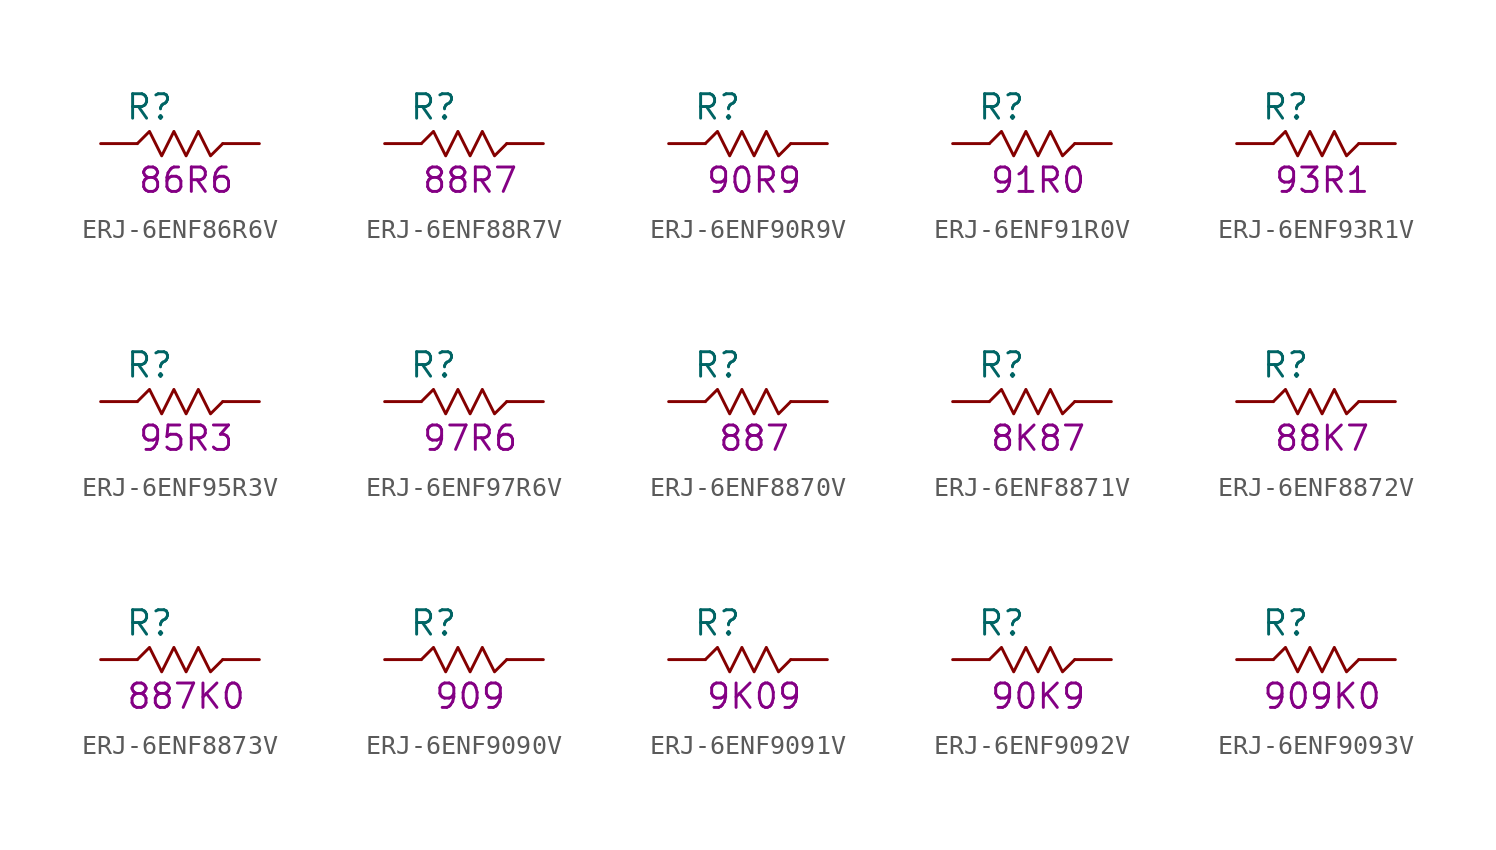
<source format=kicad_sym>
(kicad_symbol_lib
  (version 20211014)
  (generator KiCadLib_py)
  (symbol "ERJ-6ENF86R6V"
    (pin_numbers hide)
    (pin_names hide)
    (property "Reference" "R"
      (at -1.905 1.905 0)
      (effects (font (size 1.27 1.27))))
    (property "Val" "86R6"
      (at 0 -1.905 0)
      (effects (font (size 1.27 1.27))))
    (symbol "ERJ-6ENF86R6V_0_1"
      (polyline (pts (xy -2.54 0) (xy -1.905 0.635) (xy -1.27 -0.635) (xy -0.635 0.635) (xy 0 -0.635) (xy 0.635 0.635) (xy 1.27 -0.635) (xy 1.905 0)) (stroke (width 0) (type default) (color 0 0 0 0)) (fill (type none))))
    (symbol "ERJ-6ENF86R6V_1_1"
      (pin passive line (at -4.445 0 0) (length 1.905) (name "~" (effects (font (size 1.27 1.27)))) (number "1" (effects (font (size 1.27 1.27)))))
      (pin passive line (at 3.81 0 180) (length 1.905) (name "~" (effects (font (size 1.27 1.27)))) (number "2" (effects (font (size 1.27 1.27)))))))
  (symbol "ERJ-6ENF88R7V"
    (pin_numbers hide)
    (pin_names hide)
    (property "Reference" "R"
      (at -1.905 1.905 0)
      (effects (font (size 1.27 1.27))))
    (property "Val" "88R7"
      (at 0 -1.905 0)
      (effects (font (size 1.27 1.27))))
    (symbol "ERJ-6ENF88R7V_0_1"
      (polyline (pts (xy -2.54 0) (xy -1.905 0.635) (xy -1.27 -0.635) (xy -0.635 0.635) (xy 0 -0.635) (xy 0.635 0.635) (xy 1.27 -0.635) (xy 1.905 0)) (stroke (width 0) (type default) (color 0 0 0 0)) (fill (type none))))
    (symbol "ERJ-6ENF88R7V_1_1"
      (pin passive line (at -4.445 0 0) (length 1.905) (name "~" (effects (font (size 1.27 1.27)))) (number "1" (effects (font (size 1.27 1.27)))))
      (pin passive line (at 3.81 0 180) (length 1.905) (name "~" (effects (font (size 1.27 1.27)))) (number "2" (effects (font (size 1.27 1.27)))))))
  (symbol "ERJ-6ENF90R9V"
    (pin_numbers hide)
    (pin_names hide)
    (property "Reference" "R"
      (at -1.905 1.905 0)
      (effects (font (size 1.27 1.27))))
    (property "Val" "90R9"
      (at 0 -1.905 0)
      (effects (font (size 1.27 1.27))))
    (symbol "ERJ-6ENF90R9V_0_1"
      (polyline (pts (xy -2.54 0) (xy -1.905 0.635) (xy -1.27 -0.635) (xy -0.635 0.635) (xy 0 -0.635) (xy 0.635 0.635) (xy 1.27 -0.635) (xy 1.905 0)) (stroke (width 0) (type default) (color 0 0 0 0)) (fill (type none))))
    (symbol "ERJ-6ENF90R9V_1_1"
      (pin passive line (at -4.445 0 0) (length 1.905) (name "~" (effects (font (size 1.27 1.27)))) (number "1" (effects (font (size 1.27 1.27)))))
      (pin passive line (at 3.81 0 180) (length 1.905) (name "~" (effects (font (size 1.27 1.27)))) (number "2" (effects (font (size 1.27 1.27)))))))
  (symbol "ERJ-6ENF91R0V"
    (pin_numbers hide)
    (pin_names hide)
    (property "Reference" "R"
      (at -1.905 1.905 0)
      (effects (font (size 1.27 1.27))))
    (property "Val" "91R0"
      (at 0 -1.905 0)
      (effects (font (size 1.27 1.27))))
    (symbol "ERJ-6ENF91R0V_0_1"
      (polyline (pts (xy -2.54 0) (xy -1.905 0.635) (xy -1.27 -0.635) (xy -0.635 0.635) (xy 0 -0.635) (xy 0.635 0.635) (xy 1.27 -0.635) (xy 1.905 0)) (stroke (width 0) (type default) (color 0 0 0 0)) (fill (type none))))
    (symbol "ERJ-6ENF91R0V_1_1"
      (pin passive line (at -4.445 0 0) (length 1.905) (name "~" (effects (font (size 1.27 1.27)))) (number "1" (effects (font (size 1.27 1.27)))))
      (pin passive line (at 3.81 0 180) (length 1.905) (name "~" (effects (font (size 1.27 1.27)))) (number "2" (effects (font (size 1.27 1.27)))))))
  (symbol "ERJ-6ENF93R1V"
    (pin_numbers hide)
    (pin_names hide)
    (property "Reference" "R"
      (at -1.905 1.905 0)
      (effects (font (size 1.27 1.27))))
    (property "Val" "93R1"
      (at 0 -1.905 0)
      (effects (font (size 1.27 1.27))))
    (symbol "ERJ-6ENF93R1V_0_1"
      (polyline (pts (xy -2.54 0) (xy -1.905 0.635) (xy -1.27 -0.635) (xy -0.635 0.635) (xy 0 -0.635) (xy 0.635 0.635) (xy 1.27 -0.635) (xy 1.905 0)) (stroke (width 0) (type default) (color 0 0 0 0)) (fill (type none))))
    (symbol "ERJ-6ENF93R1V_1_1"
      (pin passive line (at -4.445 0 0) (length 1.905) (name "~" (effects (font (size 1.27 1.27)))) (number "1" (effects (font (size 1.27 1.27)))))
      (pin passive line (at 3.81 0 180) (length 1.905) (name "~" (effects (font (size 1.27 1.27)))) (number "2" (effects (font (size 1.27 1.27)))))))
  (symbol "ERJ-6ENF95R3V"
    (pin_numbers hide)
    (pin_names hide)
    (property "Reference" "R"
      (at -1.905 1.905 0)
      (effects (font (size 1.27 1.27))))
    (property "Val" "95R3"
      (at 0 -1.905 0)
      (effects (font (size 1.27 1.27))))
    (symbol "ERJ-6ENF95R3V_0_1"
      (polyline (pts (xy -2.54 0) (xy -1.905 0.635) (xy -1.27 -0.635) (xy -0.635 0.635) (xy 0 -0.635) (xy 0.635 0.635) (xy 1.27 -0.635) (xy 1.905 0)) (stroke (width 0) (type default) (color 0 0 0 0)) (fill (type none))))
    (symbol "ERJ-6ENF95R3V_1_1"
      (pin passive line (at -4.445 0 0) (length 1.905) (name "~" (effects (font (size 1.27 1.27)))) (number "1" (effects (font (size 1.27 1.27)))))
      (pin passive line (at 3.81 0 180) (length 1.905) (name "~" (effects (font (size 1.27 1.27)))) (number "2" (effects (font (size 1.27 1.27)))))))
  (symbol "ERJ-6ENF97R6V"
    (pin_numbers hide)
    (pin_names hide)
    (property "Reference" "R"
      (at -1.905 1.905 0)
      (effects (font (size 1.27 1.27))))
    (property "Val" "97R6"
      (at 0 -1.905 0)
      (effects (font (size 1.27 1.27))))
    (symbol "ERJ-6ENF97R6V_0_1"
      (polyline (pts (xy -2.54 0) (xy -1.905 0.635) (xy -1.27 -0.635) (xy -0.635 0.635) (xy 0 -0.635) (xy 0.635 0.635) (xy 1.27 -0.635) (xy 1.905 0)) (stroke (width 0) (type default) (color 0 0 0 0)) (fill (type none))))
    (symbol "ERJ-6ENF97R6V_1_1"
      (pin passive line (at -4.445 0 0) (length 1.905) (name "~" (effects (font (size 1.27 1.27)))) (number "1" (effects (font (size 1.27 1.27)))))
      (pin passive line (at 3.81 0 180) (length 1.905) (name "~" (effects (font (size 1.27 1.27)))) (number "2" (effects (font (size 1.27 1.27)))))))
  (symbol "ERJ-6ENF8870V"
    (pin_numbers hide)
    (pin_names hide)
    (property "Reference" "R"
      (at -1.905 1.905 0)
      (effects (font (size 1.27 1.27))))
    (property "Val" "887"
      (at 0 -1.905 0)
      (effects (font (size 1.27 1.27))))
    (symbol "ERJ-6ENF8870V_0_1"
      (polyline (pts (xy -2.54 0) (xy -1.905 0.635) (xy -1.27 -0.635) (xy -0.635 0.635) (xy 0 -0.635) (xy 0.635 0.635) (xy 1.27 -0.635) (xy 1.905 0)) (stroke (width 0) (type default) (color 0 0 0 0)) (fill (type none))))
    (symbol "ERJ-6ENF8870V_1_1"
      (pin passive line (at -4.445 0 0) (length 1.905) (name "~" (effects (font (size 1.27 1.27)))) (number "1" (effects (font (size 1.27 1.27)))))
      (pin passive line (at 3.81 0 180) (length 1.905) (name "~" (effects (font (size 1.27 1.27)))) (number "2" (effects (font (size 1.27 1.27)))))))
  (symbol "ERJ-6ENF8871V"
    (pin_numbers hide)
    (pin_names hide)
    (property "Reference" "R"
      (at -1.905 1.905 0)
      (effects (font (size 1.27 1.27))))
    (property "Val" "8K87"
      (at 0 -1.905 0)
      (effects (font (size 1.27 1.27))))
    (symbol "ERJ-6ENF8871V_0_1"
      (polyline (pts (xy -2.54 0) (xy -1.905 0.635) (xy -1.27 -0.635) (xy -0.635 0.635) (xy 0 -0.635) (xy 0.635 0.635) (xy 1.27 -0.635) (xy 1.905 0)) (stroke (width 0) (type default) (color 0 0 0 0)) (fill (type none))))
    (symbol "ERJ-6ENF8871V_1_1"
      (pin passive line (at -4.445 0 0) (length 1.905) (name "~" (effects (font (size 1.27 1.27)))) (number "1" (effects (font (size 1.27 1.27)))))
      (pin passive line (at 3.81 0 180) (length 1.905) (name "~" (effects (font (size 1.27 1.27)))) (number "2" (effects (font (size 1.27 1.27)))))))
  (symbol "ERJ-6ENF8872V"
    (pin_numbers hide)
    (pin_names hide)
    (property "Reference" "R"
      (at -1.905 1.905 0)
      (effects (font (size 1.27 1.27))))
    (property "Val" "88K7"
      (at 0 -1.905 0)
      (effects (font (size 1.27 1.27))))
    (symbol "ERJ-6ENF8872V_0_1"
      (polyline (pts (xy -2.54 0) (xy -1.905 0.635) (xy -1.27 -0.635) (xy -0.635 0.635) (xy 0 -0.635) (xy 0.635 0.635) (xy 1.27 -0.635) (xy 1.905 0)) (stroke (width 0) (type default) (color 0 0 0 0)) (fill (type none))))
    (symbol "ERJ-6ENF8872V_1_1"
      (pin passive line (at -4.445 0 0) (length 1.905) (name "~" (effects (font (size 1.27 1.27)))) (number "1" (effects (font (size 1.27 1.27)))))
      (pin passive line (at 3.81 0 180) (length 1.905) (name "~" (effects (font (size 1.27 1.27)))) (number "2" (effects (font (size 1.27 1.27)))))))
  (symbol "ERJ-6ENF8873V"
    (pin_numbers hide)
    (pin_names hide)
    (property "Reference" "R"
      (at -1.905 1.905 0)
      (effects (font (size 1.27 1.27))))
    (property "Val" "887K0"
      (at 0 -1.905 0)
      (effects (font (size 1.27 1.27))))
    (symbol "ERJ-6ENF8873V_0_1"
      (polyline (pts (xy -2.54 0) (xy -1.905 0.635) (xy -1.27 -0.635) (xy -0.635 0.635) (xy 0 -0.635) (xy 0.635 0.635) (xy 1.27 -0.635) (xy 1.905 0)) (stroke (width 0) (type default) (color 0 0 0 0)) (fill (type none))))
    (symbol "ERJ-6ENF8873V_1_1"
      (pin passive line (at -4.445 0 0) (length 1.905) (name "~" (effects (font (size 1.27 1.27)))) (number "1" (effects (font (size 1.27 1.27)))))
      (pin passive line (at 3.81 0 180) (length 1.905) (name "~" (effects (font (size 1.27 1.27)))) (number "2" (effects (font (size 1.27 1.27)))))))
  (symbol "ERJ-6ENF9090V"
    (pin_numbers hide)
    (pin_names hide)
    (property "Reference" "R"
      (at -1.905 1.905 0)
      (effects (font (size 1.27 1.27))))
    (property "Val" "909"
      (at 0 -1.905 0)
      (effects (font (size 1.27 1.27))))
    (symbol "ERJ-6ENF9090V_0_1"
      (polyline (pts (xy -2.54 0) (xy -1.905 0.635) (xy -1.27 -0.635) (xy -0.635 0.635) (xy 0 -0.635) (xy 0.635 0.635) (xy 1.27 -0.635) (xy 1.905 0)) (stroke (width 0) (type default) (color 0 0 0 0)) (fill (type none))))
    (symbol "ERJ-6ENF9090V_1_1"
      (pin passive line (at -4.445 0 0) (length 1.905) (name "~" (effects (font (size 1.27 1.27)))) (number "1" (effects (font (size 1.27 1.27)))))
      (pin passive line (at 3.81 0 180) (length 1.905) (name "~" (effects (font (size 1.27 1.27)))) (number "2" (effects (font (size 1.27 1.27)))))))
  (symbol "ERJ-6ENF9091V"
    (pin_numbers hide)
    (pin_names hide)
    (property "Reference" "R"
      (at -1.905 1.905 0)
      (effects (font (size 1.27 1.27))))
    (property "Val" "9K09"
      (at 0 -1.905 0)
      (effects (font (size 1.27 1.27))))
    (symbol "ERJ-6ENF9091V_0_1"
      (polyline (pts (xy -2.54 0) (xy -1.905 0.635) (xy -1.27 -0.635) (xy -0.635 0.635) (xy 0 -0.635) (xy 0.635 0.635) (xy 1.27 -0.635) (xy 1.905 0)) (stroke (width 0) (type default) (color 0 0 0 0)) (fill (type none))))
    (symbol "ERJ-6ENF9091V_1_1"
      (pin passive line (at -4.445 0 0) (length 1.905) (name "~" (effects (font (size 1.27 1.27)))) (number "1" (effects (font (size 1.27 1.27)))))
      (pin passive line (at 3.81 0 180) (length 1.905) (name "~" (effects (font (size 1.27 1.27)))) (number "2" (effects (font (size 1.27 1.27)))))))
  (symbol "ERJ-6ENF9092V"
    (pin_numbers hide)
    (pin_names hide)
    (property "Reference" "R"
      (at -1.905 1.905 0)
      (effects (font (size 1.27 1.27))))
    (property "Val" "90K9"
      (at 0 -1.905 0)
      (effects (font (size 1.27 1.27))))
    (symbol "ERJ-6ENF9092V_0_1"
      (polyline (pts (xy -2.54 0) (xy -1.905 0.635) (xy -1.27 -0.635) (xy -0.635 0.635) (xy 0 -0.635) (xy 0.635 0.635) (xy 1.27 -0.635) (xy 1.905 0)) (stroke (width 0) (type default) (color 0 0 0 0)) (fill (type none))))
    (symbol "ERJ-6ENF9092V_1_1"
      (pin passive line (at -4.445 0 0) (length 1.905) (name "~" (effects (font (size 1.27 1.27)))) (number "1" (effects (font (size 1.27 1.27)))))
      (pin passive line (at 3.81 0 180) (length 1.905) (name "~" (effects (font (size 1.27 1.27)))) (number "2" (effects (font (size 1.27 1.27)))))))
  (symbol "ERJ-6ENF9093V"
    (pin_numbers hide)
    (pin_names hide)
    (property "Reference" "R"
      (at -1.905 1.905 0)
      (effects (font (size 1.27 1.27))))
    (property "Val" "909K0"
      (at 0 -1.905 0)
      (effects (font (size 1.27 1.27))))
    (symbol "ERJ-6ENF9093V_0_1"
      (polyline (pts (xy -2.54 0) (xy -1.905 0.635) (xy -1.27 -0.635) (xy -0.635 0.635) (xy 0 -0.635) (xy 0.635 0.635) (xy 1.27 -0.635) (xy 1.905 0)) (stroke (width 0) (type default) (color 0 0 0 0)) (fill (type none))))
    (symbol "ERJ-6ENF9093V_1_1"
      (pin passive line (at -4.445 0 0) (length 1.905) (name "~" (effects (font (size 1.27 1.27)))) (number "1" (effects (font (size 1.27 1.27)))))
      (pin passive line (at 3.81 0 180) (length 1.905) (name "~" (effects (font (size 1.27 1.27)))) (number "2" (effects (font (size 1.27 1.27))))))))
</source>
